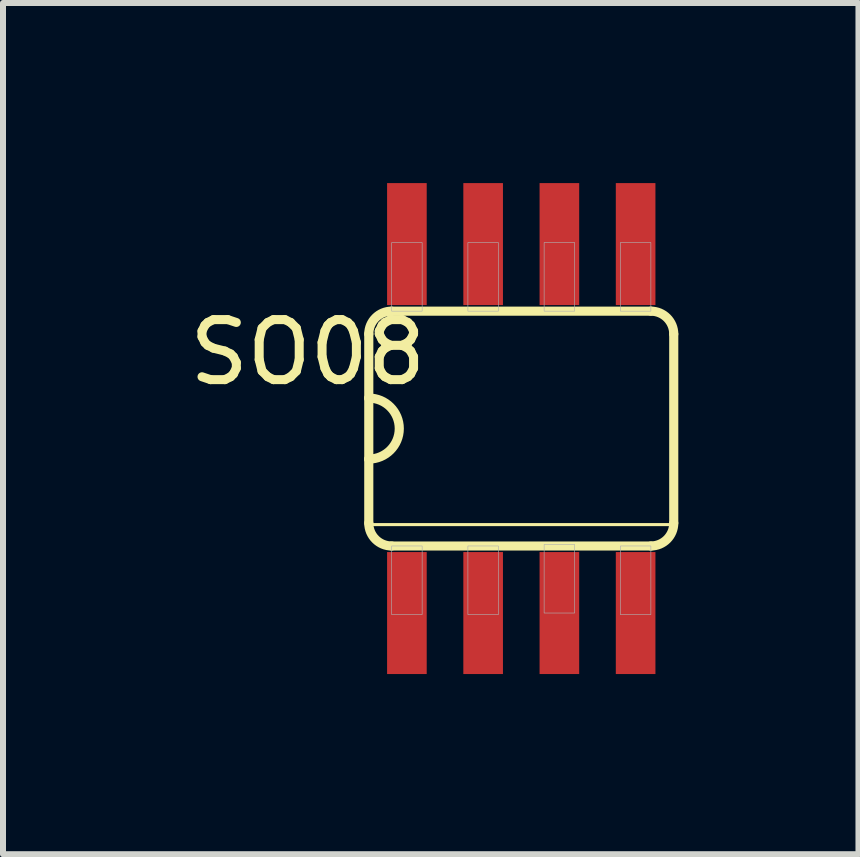
<source format=kicad_pcb>
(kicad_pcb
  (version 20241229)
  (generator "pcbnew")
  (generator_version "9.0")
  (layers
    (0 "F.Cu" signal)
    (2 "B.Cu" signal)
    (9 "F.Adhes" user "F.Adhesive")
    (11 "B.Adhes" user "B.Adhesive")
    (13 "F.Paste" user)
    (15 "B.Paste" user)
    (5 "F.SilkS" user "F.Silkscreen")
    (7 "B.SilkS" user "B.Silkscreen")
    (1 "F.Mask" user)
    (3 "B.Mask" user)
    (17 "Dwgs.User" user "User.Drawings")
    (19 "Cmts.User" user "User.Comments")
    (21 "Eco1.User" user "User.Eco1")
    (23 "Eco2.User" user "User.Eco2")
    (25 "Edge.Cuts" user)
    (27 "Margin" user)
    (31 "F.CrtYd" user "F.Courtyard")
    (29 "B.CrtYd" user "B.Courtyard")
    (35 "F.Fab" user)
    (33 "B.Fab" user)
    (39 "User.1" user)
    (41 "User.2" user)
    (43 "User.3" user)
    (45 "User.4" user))
  (footprint "SO08"
    (layer "F.Cu")
    (at 5.633 4.089)
    (property "Reference" "SO08" (at -3.556 -1.27 180) (layer "F.SilkS") (effects (font (size 1 1) (thickness 0.15))))
    (attr through_hole)
    (fp_line (start -2.54 -1.575) (end -2.54 -0.508) (stroke (width 0.152) (type solid)) (layer "F.SilkS"))
    (fp_line (start -2.54 -0.508) (end -2.54 0.508) (stroke (width 0.152) (type solid)) (layer "F.SilkS"))
    (fp_line (start -2.54 0.508) (end -2.54 1.575) (stroke (width 0.152) (type solid)) (layer "F.SilkS"))
    (fp_line (start -2.54 1.6) (end 2.54 1.6) (stroke (width 0.051) (type solid)) (layer "F.SilkS"))
    (fp_line (start -2.159 1.956) (end 2.159 1.956) (stroke (width 0.152) (type solid)) (layer "F.SilkS"))
    (fp_line (start 2.159 -1.956) (end -2.159 -1.956) (stroke (width 0.152) (type solid)) (layer "F.SilkS"))
    (fp_line (start 2.54 1.575) (end 2.54 -1.575) (stroke (width 0.152) (type solid)) (layer "F.SilkS"))
    (fp_arc (start -2.54 -1.5748) (mid -2.428408 -1.844208) (end -2.159 -1.9558) (stroke (width 0.1524) (type solid)) (layer "F.SilkS"))
    (fp_arc (start -2.54 -0.508) (mid -2.032 0) (end -2.54 0.508) (stroke (width 0.1524) (type solid)) (layer "F.SilkS"))
    (fp_arc (start -2.159 1.9558) (mid -2.428408 1.844208) (end -2.54 1.5748) (stroke (width 0.1524) (type solid)) (layer "F.SilkS"))
    (fp_arc (start 2.159 -1.9558) (mid 2.428408 -1.844208) (end 2.54 -1.5748) (stroke (width 0.1524) (type solid)) (layer "F.SilkS"))
    (fp_arc (start 2.54 1.5748) (mid 2.428408 1.844208) (end 2.159 1.9558) (stroke (width 0.1524) (type solid)) (layer "F.SilkS"))
    (fp_poly (pts (xy -2.159 -3.099) (xy -1.651 -3.099) (xy -1.651 -1.956) (xy -2.159 -1.956)) (stroke (width 0.01) (type solid)) (fill no) (layer "F.Fab"))
    (fp_poly (pts (xy -2.159 1.956) (xy -1.651 1.956) (xy -1.651 3.099) (xy -2.159 3.099)) (stroke (width 0.01) (type solid)) (fill no) (layer "F.Fab"))
    (fp_poly (pts (xy -0.889 -3.099) (xy -0.381 -3.099) (xy -0.381 -1.956) (xy -0.889 -1.956)) (stroke (width 0.01) (type solid)) (fill no) (layer "F.Fab"))
    (fp_poly (pts (xy -0.889 1.956) (xy -0.381 1.956) (xy -0.381 3.099) (xy -0.889 3.099)) (stroke (width 0.01) (type solid)) (fill no) (layer "F.Fab"))
    (fp_poly (pts (xy 0.381 -3.099) (xy 0.889 -3.099) (xy 0.889 -1.956) (xy 0.381 -1.956)) (stroke (width 0.01) (type solid)) (fill no) (layer "F.Fab"))
    (fp_poly (pts (xy 0.381 1.93) (xy 0.889 1.93) (xy 0.889 3.073) (xy 0.381 3.073)) (stroke (width 0.01) (type solid)) (fill no) (layer "F.Fab"))
    (fp_poly (pts (xy 1.651 -3.099) (xy 2.159 -3.099) (xy 2.159 -1.956) (xy 1.651 -1.956)) (stroke (width 0.01) (type solid)) (fill no) (layer "F.Fab"))
    (fp_poly (pts (xy 1.651 1.956) (xy 2.159 1.956) (xy 2.159 3.099) (xy 1.651 3.099)) (stroke (width 0.01) (type solid)) (fill no) (layer "F.Fab"))
    (pad "1" smd rect (at -1.905 3.073) (size 0.66 2.032) (layers "F.Cu" "F.Mask" "F.Paste"))
    (pad "2" smd rect (at -0.635 3.073) (size 0.66 2.032) (layers "F.Cu" "F.Mask" "F.Paste"))
    (pad "3" smd rect (at 0.635 3.073) (size 0.66 2.032) (layers "F.Cu" "F.Mask" "F.Paste"))
    (pad "4" smd rect (at 1.905 3.073) (size 0.66 2.032) (layers "F.Cu" "F.Mask" "F.Paste"))
    (pad "5" smd rect (at 1.905 -3.073) (size 0.66 2.032) (layers "F.Cu" "F.Mask" "F.Paste"))
    (pad "6" smd rect (at 0.635 -3.073) (size 0.66 2.032) (layers "F.Cu" "F.Mask" "F.Paste"))
    (pad "7" smd rect (at -0.635 -3.073) (size 0.66 2.032) (layers "F.Cu" "F.Mask" "F.Paste"))
    (pad "8" smd rect (at -1.905 -3.073) (size 0.66 2.032) (layers "F.Cu" "F.Mask" "F.Paste")))
  (gr_rect
    (start -3 -3)
    (end 11.25 11.179)
    (stroke (width 0.1) (type default))
    (fill no)
    (layer "Edge.Cuts")))
</source>
